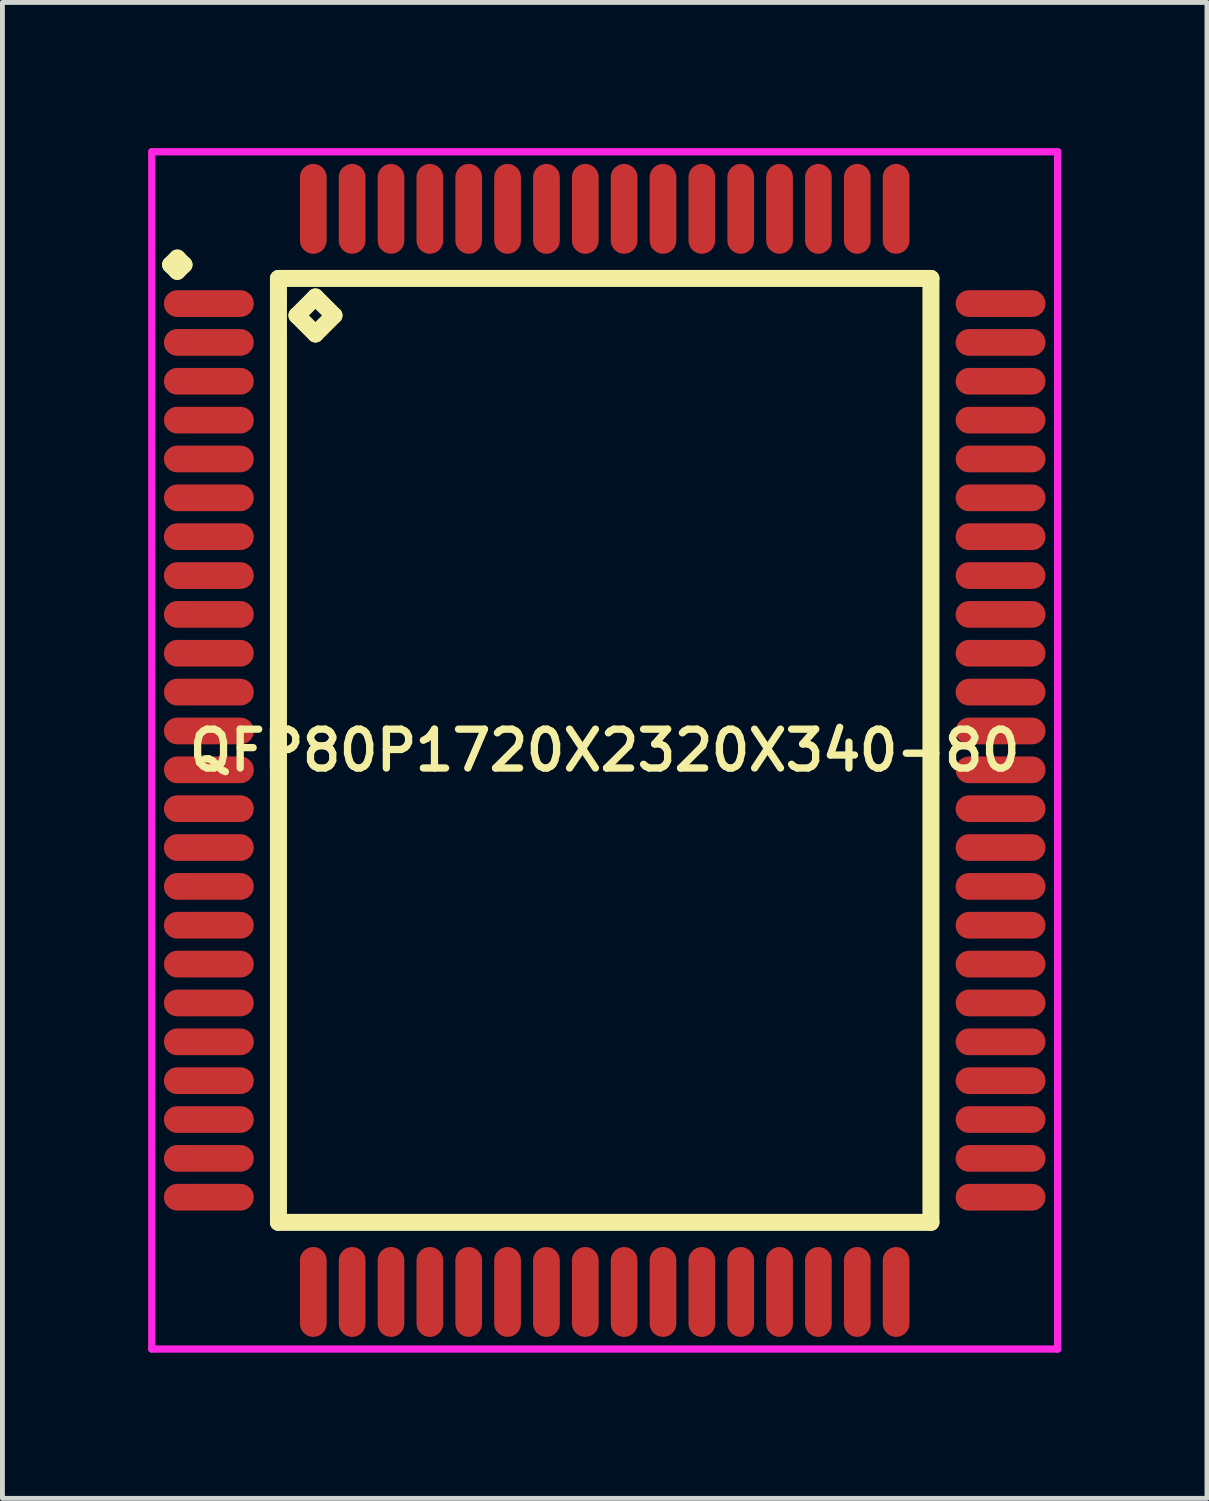
<source format=kicad_pcb>
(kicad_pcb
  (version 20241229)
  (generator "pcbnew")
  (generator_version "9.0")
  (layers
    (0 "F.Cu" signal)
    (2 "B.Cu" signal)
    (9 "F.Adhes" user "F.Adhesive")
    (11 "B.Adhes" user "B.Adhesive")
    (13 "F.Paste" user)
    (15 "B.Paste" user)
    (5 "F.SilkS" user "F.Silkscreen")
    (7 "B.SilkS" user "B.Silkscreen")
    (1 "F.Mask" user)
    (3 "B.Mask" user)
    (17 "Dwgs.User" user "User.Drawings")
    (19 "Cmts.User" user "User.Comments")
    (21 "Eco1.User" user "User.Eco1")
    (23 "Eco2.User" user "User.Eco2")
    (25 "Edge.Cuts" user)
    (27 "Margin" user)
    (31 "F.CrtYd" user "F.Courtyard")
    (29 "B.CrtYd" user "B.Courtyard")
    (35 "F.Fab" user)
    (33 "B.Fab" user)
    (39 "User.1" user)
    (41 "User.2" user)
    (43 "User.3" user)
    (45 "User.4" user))
  (footprint "QFP80P1720X2320X340-80"
    (layer "F.Cu")
    (at 9.4 12.4)
    (property "Reference" "QFP80P1720X2320X340-80" (at 0 0 0) (layer "F.SilkS") (effects (font (size 0.8 0.8) (thickness 0.15))))
    (attr smd)
    (fp_line (start -8.938 -10) (end -8.8 -10.137) (stroke (width 0.35) (type solid)) (layer "F.SilkS"))
    (fp_line (start -8.8 -10.137) (end -8.662 -10) (stroke (width 0.35) (type solid)) (layer "F.SilkS"))
    (fp_line (start -8.8 -9.863) (end -8.938 -10) (stroke (width 0.35) (type solid)) (layer "F.SilkS"))
    (fp_line (start -8.662 -10) (end -8.8 -9.863) (stroke (width 0.35) (type solid)) (layer "F.SilkS"))
    (fp_line (start -6.717 -9.717) (end -6.717 9.717) (stroke (width 0.35) (type solid)) (layer "F.SilkS"))
    (fp_line (start -6.717 9.717) (end 6.717 9.717) (stroke (width 0.35) (type solid)) (layer "F.SilkS"))
    (fp_line (start -6.336 -8.955) (end -5.955 -9.336) (stroke (width 0.35) (type solid)) (layer "F.SilkS"))
    (fp_line (start -5.955 -9.336) (end -5.574 -8.955) (stroke (width 0.35) (type solid)) (layer "F.SilkS"))
    (fp_line (start -5.955 -8.574) (end -6.336 -8.955) (stroke (width 0.35) (type solid)) (layer "F.SilkS"))
    (fp_line (start -5.574 -8.955) (end -5.955 -8.574) (stroke (width 0.35) (type solid)) (layer "F.SilkS"))
    (fp_line (start 6.717 -9.717) (end -6.717 -9.717) (stroke (width 0.35) (type solid)) (layer "F.SilkS"))
    (fp_line (start 6.717 9.717) (end 6.717 -9.717) (stroke (width 0.35) (type solid)) (layer "F.SilkS"))
    (fp_line (start -9.325 -12.325) (end 9.325 -12.325) (stroke (width 0.15) (type solid)) (layer "F.CrtYd"))
    (fp_line (start -9.325 12.325) (end -9.325 -12.325) (stroke (width 0.15) (type solid)) (layer "F.CrtYd"))
    (fp_line (start 9.325 -12.325) (end 9.325 12.325) (stroke (width 0.15) (type solid)) (layer "F.CrtYd"))
    (fp_line (start 9.325 12.325) (end -9.325 12.325) (stroke (width 0.15) (type solid)) (layer "F.CrtYd"))
    (pad "1" smd oval (at -8.15 -9.2) (size 1.85 0.55) (layers "F.Cu" "F.Mask" "F.Paste"))
    (pad "2" smd oval (at -8.15 -8.4) (size 1.85 0.55) (layers "F.Cu" "F.Mask" "F.Paste"))
    (pad "3" smd oval (at -8.15 -7.6) (size 1.85 0.55) (layers "F.Cu" "F.Mask" "F.Paste"))
    (pad "4" smd oval (at -8.15 -6.8) (size 1.85 0.55) (layers "F.Cu" "F.Mask" "F.Paste"))
    (pad "5" smd oval (at -8.15 -6) (size 1.85 0.55) (layers "F.Cu" "F.Mask" "F.Paste"))
    (pad "6" smd oval (at -8.15 -5.2) (size 1.85 0.55) (layers "F.Cu" "F.Mask" "F.Paste"))
    (pad "7" smd oval (at -8.15 -4.4) (size 1.85 0.55) (layers "F.Cu" "F.Mask" "F.Paste"))
    (pad "8" smd oval (at -8.15 -3.6) (size 1.85 0.55) (layers "F.Cu" "F.Mask" "F.Paste"))
    (pad "9" smd oval (at -8.15 -2.8) (size 1.85 0.55) (layers "F.Cu" "F.Mask" "F.Paste"))
    (pad "10" smd oval (at -8.15 -2) (size 1.85 0.55) (layers "F.Cu" "F.Mask" "F.Paste"))
    (pad "11" smd oval (at -8.15 -1.2) (size 1.85 0.55) (layers "F.Cu" "F.Mask" "F.Paste"))
    (pad "12" smd oval (at -8.15 -0.4) (size 1.85 0.55) (layers "F.Cu" "F.Mask" "F.Paste"))
    (pad "13" smd oval (at -8.15 0.4) (size 1.85 0.55) (layers "F.Cu" "F.Mask" "F.Paste"))
    (pad "14" smd oval (at -8.15 1.2) (size 1.85 0.55) (layers "F.Cu" "F.Mask" "F.Paste"))
    (pad "15" smd oval (at -8.15 2) (size 1.85 0.55) (layers "F.Cu" "F.Mask" "F.Paste"))
    (pad "16" smd oval (at -8.15 2.8) (size 1.85 0.55) (layers "F.Cu" "F.Mask" "F.Paste"))
    (pad "17" smd oval (at -8.15 3.6) (size 1.85 0.55) (layers "F.Cu" "F.Mask" "F.Paste"))
    (pad "18" smd oval (at -8.15 4.4) (size 1.85 0.55) (layers "F.Cu" "F.Mask" "F.Paste"))
    (pad "19" smd oval (at -8.15 5.2) (size 1.85 0.55) (layers "F.Cu" "F.Mask" "F.Paste"))
    (pad "20" smd oval (at -8.15 6) (size 1.85 0.55) (layers "F.Cu" "F.Mask" "F.Paste"))
    (pad "21" smd oval (at -8.15 6.8) (size 1.85 0.55) (layers "F.Cu" "F.Mask" "F.Paste"))
    (pad "22" smd oval (at -8.15 7.6) (size 1.85 0.55) (layers "F.Cu" "F.Mask" "F.Paste"))
    (pad "23" smd oval (at -8.15 8.4) (size 1.85 0.55) (layers "F.Cu" "F.Mask" "F.Paste"))
    (pad "24" smd oval (at -8.15 9.2) (size 1.85 0.55) (layers "F.Cu" "F.Mask" "F.Paste"))
    (pad "25" smd oval (at -6 11.15) (size 0.55 1.85) (layers "F.Cu" "F.Mask" "F.Paste"))
    (pad "26" smd oval (at -5.2 11.15) (size 0.55 1.85) (layers "F.Cu" "F.Mask" "F.Paste"))
    (pad "27" smd oval (at -4.4 11.15) (size 0.55 1.85) (layers "F.Cu" "F.Mask" "F.Paste"))
    (pad "28" smd oval (at -3.6 11.15) (size 0.55 1.85) (layers "F.Cu" "F.Mask" "F.Paste"))
    (pad "29" smd oval (at -2.8 11.15) (size 0.55 1.85) (layers "F.Cu" "F.Mask" "F.Paste"))
    (pad "30" smd oval (at -2 11.15) (size 0.55 1.85) (layers "F.Cu" "F.Mask" "F.Paste"))
    (pad "31" smd oval (at -1.2 11.15) (size 0.55 1.85) (layers "F.Cu" "F.Mask" "F.Paste"))
    (pad "32" smd oval (at -0.4 11.15) (size 0.55 1.85) (layers "F.Cu" "F.Mask" "F.Paste"))
    (pad "33" smd oval (at 0.4 11.15) (size 0.55 1.85) (layers "F.Cu" "F.Mask" "F.Paste"))
    (pad "34" smd oval (at 1.2 11.15) (size 0.55 1.85) (layers "F.Cu" "F.Mask" "F.Paste"))
    (pad "35" smd oval (at 2 11.15) (size 0.55 1.85) (layers "F.Cu" "F.Mask" "F.Paste"))
    (pad "36" smd oval (at 2.8 11.15) (size 0.55 1.85) (layers "F.Cu" "F.Mask" "F.Paste"))
    (pad "37" smd oval (at 3.6 11.15) (size 0.55 1.85) (layers "F.Cu" "F.Mask" "F.Paste"))
    (pad "38" smd oval (at 4.4 11.15) (size 0.55 1.85) (layers "F.Cu" "F.Mask" "F.Paste"))
    (pad "39" smd oval (at 5.2 11.15) (size 0.55 1.85) (layers "F.Cu" "F.Mask" "F.Paste"))
    (pad "40" smd oval (at 6 11.15) (size 0.55 1.85) (layers "F.Cu" "F.Mask" "F.Paste"))
    (pad "41" smd oval (at 8.15 9.2) (size 1.85 0.55) (layers "F.Cu" "F.Mask" "F.Paste"))
    (pad "42" smd oval (at 8.15 8.4) (size 1.85 0.55) (layers "F.Cu" "F.Mask" "F.Paste"))
    (pad "43" smd oval (at 8.15 7.6) (size 1.85 0.55) (layers "F.Cu" "F.Mask" "F.Paste"))
    (pad "44" smd oval (at 8.15 6.8) (size 1.85 0.55) (layers "F.Cu" "F.Mask" "F.Paste"))
    (pad "45" smd oval (at 8.15 6) (size 1.85 0.55) (layers "F.Cu" "F.Mask" "F.Paste"))
    (pad "46" smd oval (at 8.15 5.2) (size 1.85 0.55) (layers "F.Cu" "F.Mask" "F.Paste"))
    (pad "47" smd oval (at 8.15 4.4) (size 1.85 0.55) (layers "F.Cu" "F.Mask" "F.Paste"))
    (pad "48" smd oval (at 8.15 3.6) (size 1.85 0.55) (layers "F.Cu" "F.Mask" "F.Paste"))
    (pad "49" smd oval (at 8.15 2.8) (size 1.85 0.55) (layers "F.Cu" "F.Mask" "F.Paste"))
    (pad "50" smd oval (at 8.15 2) (size 1.85 0.55) (layers "F.Cu" "F.Mask" "F.Paste"))
    (pad "51" smd oval (at 8.15 1.2) (size 1.85 0.55) (layers "F.Cu" "F.Mask" "F.Paste"))
    (pad "52" smd oval (at 8.15 0.4) (size 1.85 0.55) (layers "F.Cu" "F.Mask" "F.Paste"))
    (pad "53" smd oval (at 8.15 -0.4) (size 1.85 0.55) (layers "F.Cu" "F.Mask" "F.Paste"))
    (pad "54" smd oval (at 8.15 -1.2) (size 1.85 0.55) (layers "F.Cu" "F.Mask" "F.Paste"))
    (pad "55" smd oval (at 8.15 -2) (size 1.85 0.55) (layers "F.Cu" "F.Mask" "F.Paste"))
    (pad "56" smd oval (at 8.15 -2.8) (size 1.85 0.55) (layers "F.Cu" "F.Mask" "F.Paste"))
    (pad "57" smd oval (at 8.15 -3.6) (size 1.85 0.55) (layers "F.Cu" "F.Mask" "F.Paste"))
    (pad "58" smd oval (at 8.15 -4.4) (size 1.85 0.55) (layers "F.Cu" "F.Mask" "F.Paste"))
    (pad "59" smd oval (at 8.15 -5.2) (size 1.85 0.55) (layers "F.Cu" "F.Mask" "F.Paste"))
    (pad "60" smd oval (at 8.15 -6) (size 1.85 0.55) (layers "F.Cu" "F.Mask" "F.Paste"))
    (pad "61" smd oval (at 8.15 -6.8) (size 1.85 0.55) (layers "F.Cu" "F.Mask" "F.Paste"))
    (pad "62" smd oval (at 8.15 -7.6) (size 1.85 0.55) (layers "F.Cu" "F.Mask" "F.Paste"))
    (pad "63" smd oval (at 8.15 -8.4) (size 1.85 0.55) (layers "F.Cu" "F.Mask" "F.Paste"))
    (pad "64" smd oval (at 8.15 -9.2) (size 1.85 0.55) (layers "F.Cu" "F.Mask" "F.Paste"))
    (pad "65" smd oval (at 6 -11.15) (size 0.55 1.85) (layers "F.Cu" "F.Mask" "F.Paste"))
    (pad "66" smd oval (at 5.2 -11.15) (size 0.55 1.85) (layers "F.Cu" "F.Mask" "F.Paste"))
    (pad "67" smd oval (at 4.4 -11.15) (size 0.55 1.85) (layers "F.Cu" "F.Mask" "F.Paste"))
    (pad "68" smd oval (at 3.6 -11.15) (size 0.55 1.85) (layers "F.Cu" "F.Mask" "F.Paste"))
    (pad "69" smd oval (at 2.8 -11.15) (size 0.55 1.85) (layers "F.Cu" "F.Mask" "F.Paste"))
    (pad "70" smd oval (at 2 -11.15) (size 0.55 1.85) (layers "F.Cu" "F.Mask" "F.Paste"))
    (pad "71" smd oval (at 1.2 -11.15) (size 0.55 1.85) (layers "F.Cu" "F.Mask" "F.Paste"))
    (pad "72" smd oval (at 0.4 -11.15) (size 0.55 1.85) (layers "F.Cu" "F.Mask" "F.Paste"))
    (pad "73" smd oval (at -0.4 -11.15) (size 0.55 1.85) (layers "F.Cu" "F.Mask" "F.Paste"))
    (pad "74" smd oval (at -1.2 -11.15) (size 0.55 1.85) (layers "F.Cu" "F.Mask" "F.Paste"))
    (pad "75" smd oval (at -2 -11.15) (size 0.55 1.85) (layers "F.Cu" "F.Mask" "F.Paste"))
    (pad "76" smd oval (at -2.8 -11.15) (size 0.55 1.85) (layers "F.Cu" "F.Mask" "F.Paste"))
    (pad "77" smd oval (at -3.6 -11.15) (size 0.55 1.85) (layers "F.Cu" "F.Mask" "F.Paste"))
    (pad "78" smd oval (at -4.4 -11.15) (size 0.55 1.85) (layers "F.Cu" "F.Mask" "F.Paste"))
    (pad "79" smd oval (at -5.2 -11.15) (size 0.55 1.85) (layers "F.Cu" "F.Mask" "F.Paste"))
    (pad "80" smd oval (at -6 -11.15) (size 0.55 1.85) (layers "F.Cu" "F.Mask" "F.Paste")))
  (gr_rect
    (start -3 -3)
    (end 21.8 27.8)
    (stroke (width 0.1) (type default))
    (fill no)
    (layer "Edge.Cuts")))
</source>
